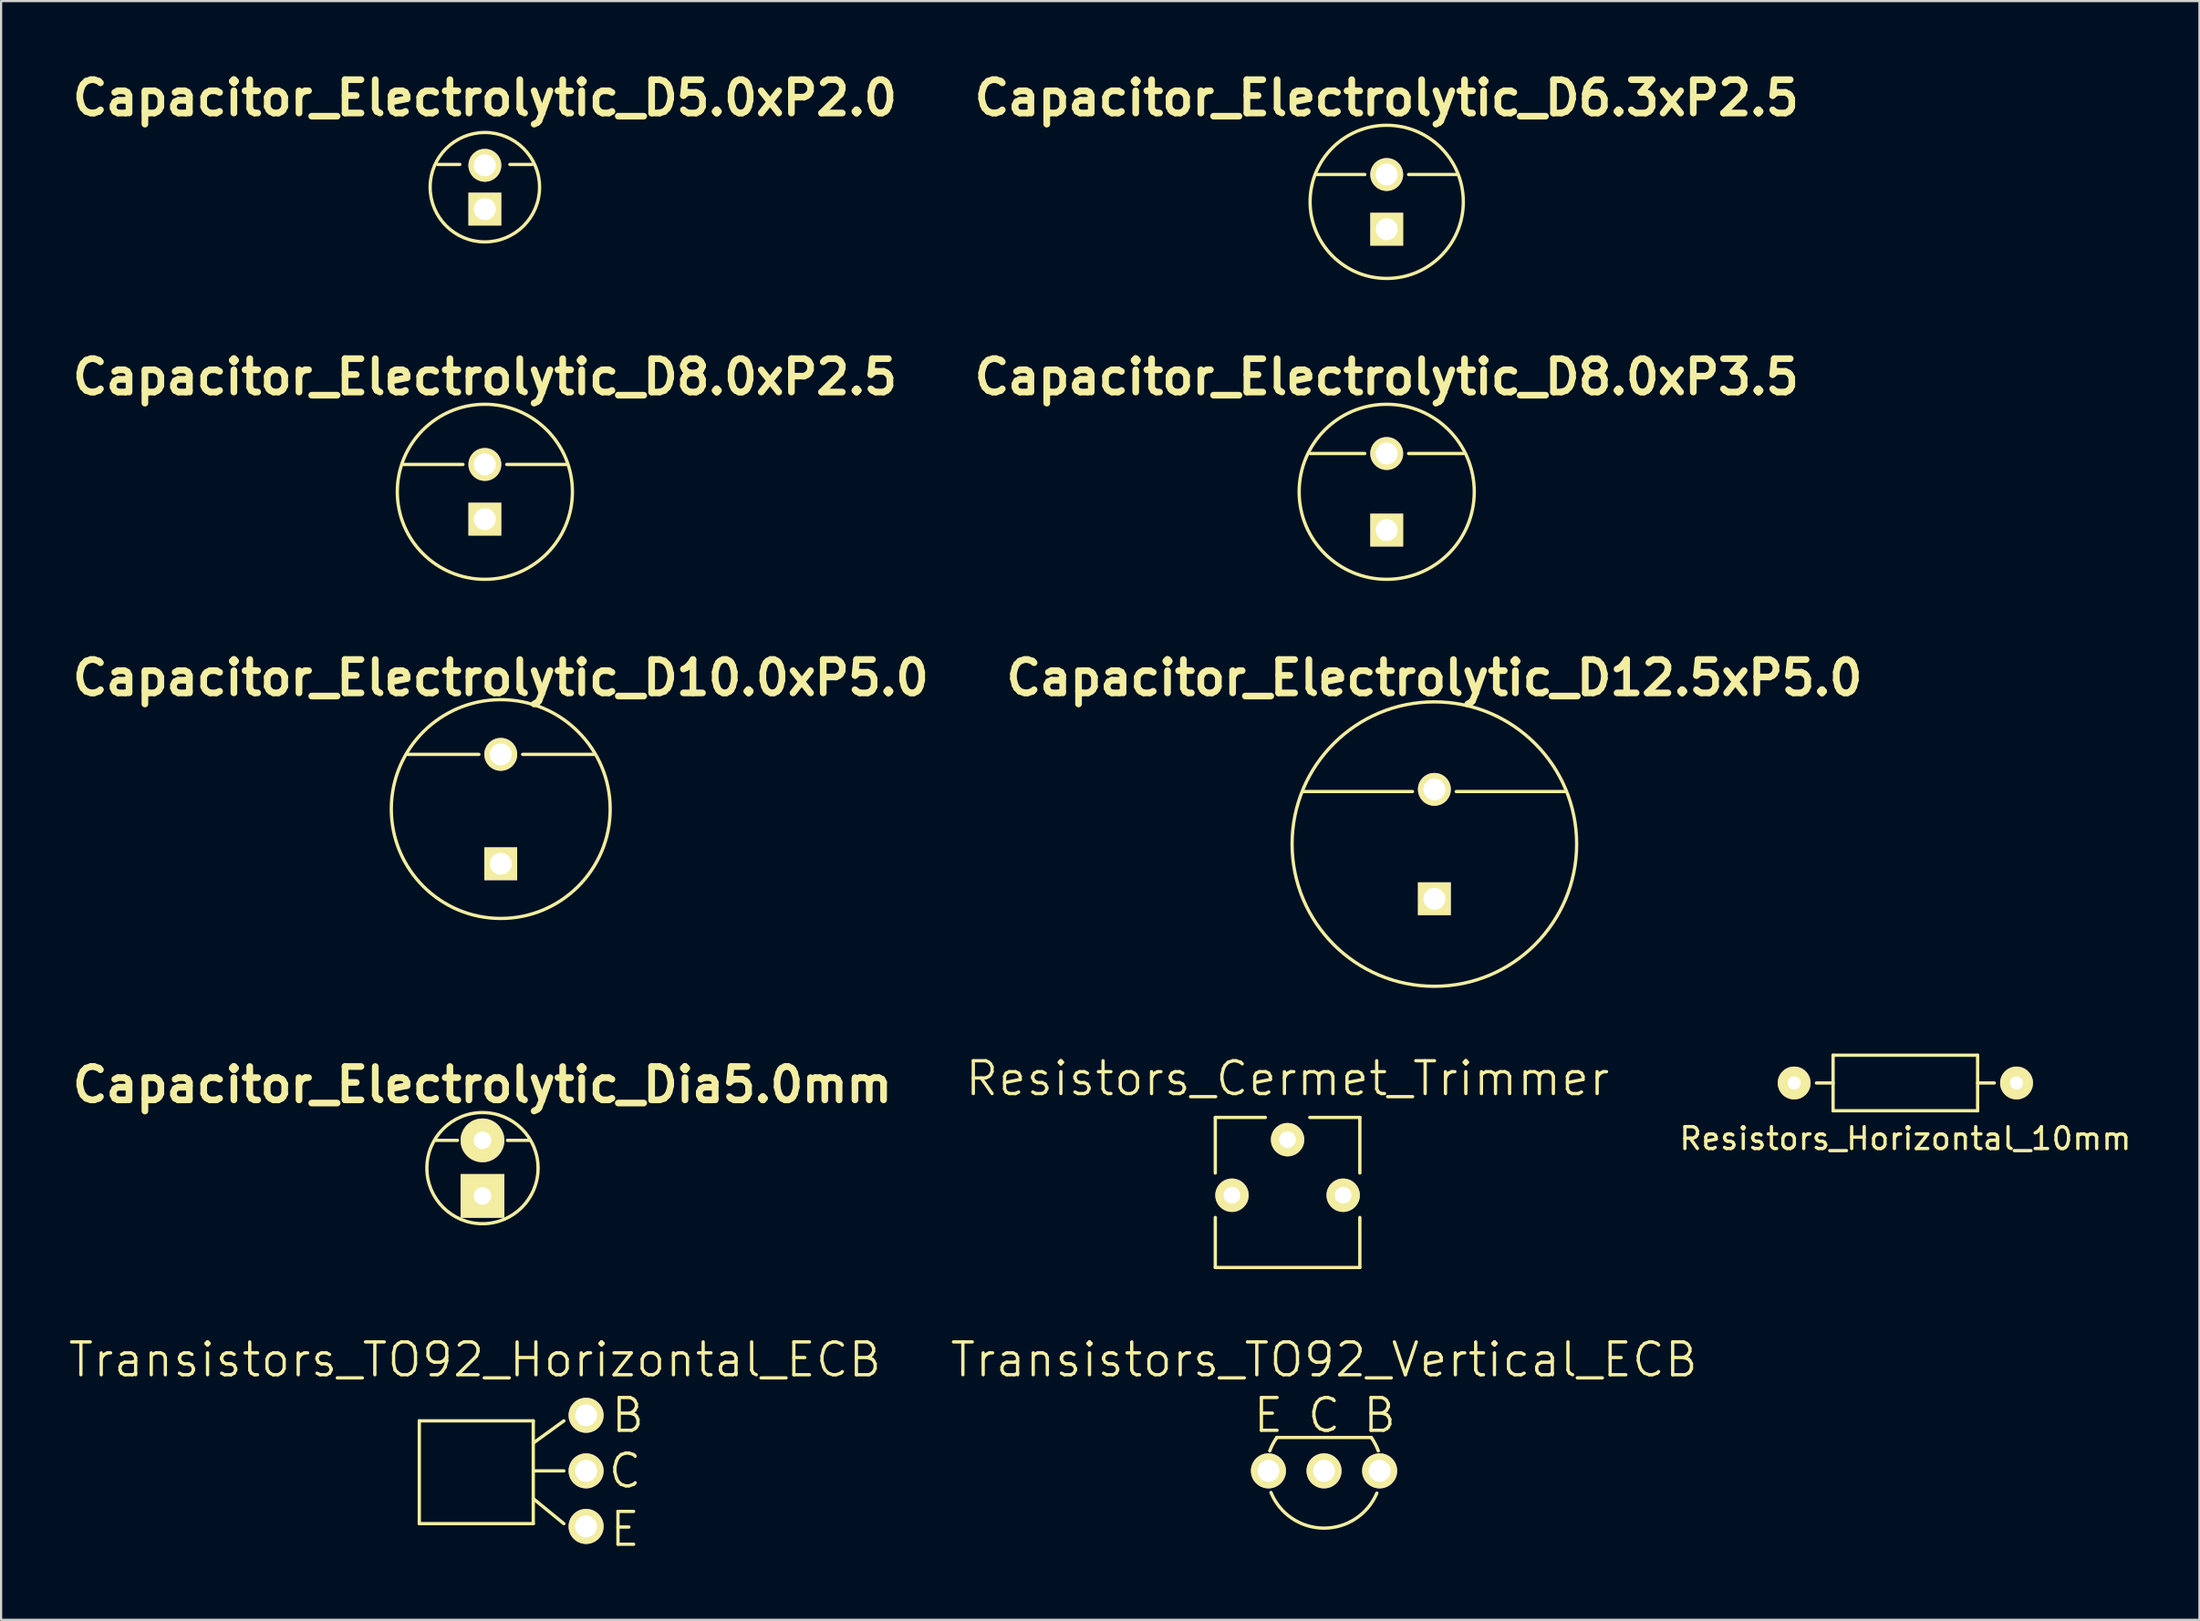
<source format=kicad_pcb>
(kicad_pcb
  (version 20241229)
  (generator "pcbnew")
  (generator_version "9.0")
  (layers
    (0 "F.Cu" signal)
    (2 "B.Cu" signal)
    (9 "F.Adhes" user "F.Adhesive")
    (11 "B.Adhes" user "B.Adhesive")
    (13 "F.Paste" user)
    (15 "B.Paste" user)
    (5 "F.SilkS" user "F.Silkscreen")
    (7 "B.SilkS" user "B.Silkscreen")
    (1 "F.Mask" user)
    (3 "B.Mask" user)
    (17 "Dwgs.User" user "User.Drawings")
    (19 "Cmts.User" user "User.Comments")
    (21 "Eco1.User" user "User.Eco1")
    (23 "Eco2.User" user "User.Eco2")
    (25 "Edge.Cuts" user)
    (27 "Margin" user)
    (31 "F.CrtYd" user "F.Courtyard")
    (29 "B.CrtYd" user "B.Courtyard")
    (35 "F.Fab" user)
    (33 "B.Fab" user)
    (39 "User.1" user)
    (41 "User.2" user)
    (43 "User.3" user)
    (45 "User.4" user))
  (footprint "Transistors_TO92_Vertical_ECB"
    (layer "F.Cu")
    (at 57.439 64.177)
    (property "Reference" "Transistors_TO92_Vertical_ECB" (at 0 -5.08 0) (layer "F.SilkS") (effects (font (size 1.5 1.5) (thickness 0.15))))
    (attr through_hole)
    (fp_line (start 2.159 -1.524) (end -2.159 -1.524) (stroke (width 0.15) (type solid)) (layer "F.SilkS"))
    (fp_arc (start -2.479874 -0.913281) (mid -2.339451 -1.229156) (end -2.159 -1.524) (stroke (width 0.15) (type solid)) (layer "F.SilkS"))
    (fp_arc (start 2.159 -1.524) (mid 2.339451 -1.229156) (end 2.479874 -0.913281) (stroke (width 0.15) (type solid)) (layer "F.SilkS"))
    (fp_arc (start 2.413 1.016) (mid -0.015247 2.618128) (end -2.424669 0.987828) (stroke (width 0.15) (type solid)) (layer "F.SilkS"))
    (fp_text user "B" (at 2.54 -2.54 0) (layer "F.SilkS") (effects (font (size 1.5 1.5) (thickness 0.15))))
    (fp_text user "E" (at -2.54 -2.54 0) (layer "F.SilkS") (effects (font (size 1.5 1.5) (thickness 0.15))))
    (fp_text user "C" (at 0 -2.54 0) (layer "F.SilkS") (effects (font (size 1.5 1.5) (thickness 0.15))))
    (pad "1" thru_hole circle (at -2.54 0) (size 1.6 1.6) (drill 1) (layers "*.Cu" "*.Mask" "F.SilkS"))
    (pad "2" thru_hole circle (at 2.54 0) (size 1.6 1.6) (drill 1) (layers "*.Cu" "*.Mask" "F.SilkS"))
    (pad "3" thru_hole circle (at 0 0) (size 1.6 1.6) (drill 1) (layers "*.Cu" "*.Mask" "F.SilkS")))
  (footprint "Capacitor_Electrolytic_D5.0xP2.0"
    (layer "F.Cu")
    (at 19.101 5.506)
    (property "Reference" "Capacitor_Electrolytic_D5.0xP2.0" (at 0 -4.08 0) (layer "F.SilkS") (effects (font (size 1.524 1.524) (thickness 0.305))))
    (attr through_hole)
    (fp_line (start -2.159 -1.04) (end -1.143 -1.04) (stroke (width 0.15) (type solid)) (layer "F.SilkS"))
    (fp_line (start 1.143 -1.04) (end 2.159 -1.04) (stroke (width 0.15) (type solid)) (layer "F.SilkS"))
    (fp_circle (center 0 0) (end 2.5 0) (stroke (width 0.15) (type solid)) (fill no) (layer "F.SilkS"))
    (pad "1" thru_hole rect (at 0 1) (size 1.5 1.5) (drill 1) (layers "*.Cu" "*.Mask" "F.SilkS"))
    (pad "2" thru_hole circle (at 0 -1) (size 1.5 1.5) (drill 1) (layers "*.Cu" "*.Mask" "F.SilkS")))
  (footprint "Resistors_Horizontal_10mm"
    (layer "F.Cu")
    (at 83.997 46.449)
    (property "Reference" "Resistors_Horizontal_10mm" (at 0 2.54 0) (layer "F.SilkS") (effects (font (size 1 1) (thickness 0.15))))
    (attr through_hole)
    (fp_line (start -3.302 -1.27) (end 3.302 -1.27) (stroke (width 0.15) (type solid)) (layer "F.SilkS"))
    (fp_line (start -3.302 0) (end -4.064 0) (stroke (width 0.15) (type solid)) (layer "F.SilkS"))
    (fp_line (start -3.302 1.27) (end -3.302 -1.27) (stroke (width 0.15) (type solid)) (layer "F.SilkS"))
    (fp_line (start 3.302 -1.27) (end 3.302 1.27) (stroke (width 0.15) (type solid)) (layer "F.SilkS"))
    (fp_line (start 3.302 0) (end 4.064 0) (stroke (width 0.15) (type solid)) (layer "F.SilkS"))
    (fp_line (start 3.302 1.27) (end -3.302 1.27) (stroke (width 0.15) (type solid)) (layer "F.SilkS"))
    (pad "1" thru_hole circle (at -5.08 0) (size 1.5 1.5) (drill 0.6) (layers "*.Cu" "*.Mask" "F.SilkS"))
    (pad "2" thru_hole circle (at 5.08 0) (size 1.5 1.5) (drill 0.6) (layers "*.Cu" "*.Mask" "F.SilkS")))
  (footprint "Capacitor_Electrolytic_Dia5.0mm"
    (layer "F.Cu")
    (at 18.992 51.611)
    (property "Reference" "Capacitor_Electrolytic_Dia5.0mm" (at 0 -5.08 0) (layer "F.SilkS") (effects (font (size 1.524 1.524) (thickness 0.305))))
    (attr through_hole)
    (fp_line (start -2.159 -2.54) (end -1.143 -2.54) (stroke (width 0.15) (type solid)) (layer "F.SilkS"))
    (fp_line (start 1.143 -2.54) (end 2.159 -2.54) (stroke (width 0.15) (type solid)) (layer "F.SilkS"))
    (fp_circle (center 0 -1.27) (end -2.54 -1.27) (stroke (width 0.15) (type solid)) (fill no) (layer "F.SilkS"))
    (pad "1" thru_hole rect (at 0 0) (size 1.999 1.999) (drill 0.8) (layers "*.Cu" "*.Mask" "F.SilkS"))
    (pad "2" thru_hole circle (at 0 -2.54) (size 1.999 1.999) (drill 0.8) (layers "*.Cu" "*.Mask" "F.SilkS")))
  (footprint "Resistors_Cermet_Trimmer"
    (layer "F.Cu")
    (at 55.773 49.039)
    (property "Reference" "Resistors_Cermet_Trimmer" (at 0 -2.794 0) (layer "F.SilkS") (effects (font (size 1.5 1.5) (thickness 0.15))))
    (attr through_hole)
    (fp_line (start -3.302 -1.016) (end -3.302 1.524) (stroke (width 0.15) (type solid)) (layer "F.SilkS"))
    (fp_line (start -3.302 3.556) (end -3.302 5.842) (stroke (width 0.15) (type solid)) (layer "F.SilkS"))
    (fp_line (start -3.302 5.842) (end 3.302 5.842) (stroke (width 0.15) (type solid)) (layer "F.SilkS"))
    (fp_line (start -1.016 -1.016) (end -3.302 -1.016) (stroke (width 0.15) (type solid)) (layer "F.SilkS"))
    (fp_line (start 1.016 -1.016) (end 3.302 -1.016) (stroke (width 0.15) (type solid)) (layer "F.SilkS"))
    (fp_line (start 3.302 -1.016) (end 3.302 1.524) (stroke (width 0.15) (type solid)) (layer "F.SilkS"))
    (fp_line (start 3.302 5.842) (end 3.302 3.556) (stroke (width 0.15) (type solid)) (layer "F.SilkS"))
    (pad "1" thru_hole circle (at 0 0) (size 1.524 1.524) (drill 0.762) (layers "*.Cu" "*.Mask" "F.SilkS"))
    (pad "2" thru_hole circle (at 2.54 2.54) (size 1.524 1.524) (drill 0.762) (layers "*.Cu" "*.Mask" "F.SilkS"))
    (pad "3" thru_hole circle (at -2.54 2.54) (size 1.524 1.524) (drill 0.762) (layers "*.Cu" "*.Mask" "F.SilkS")))
  (footprint "Transistors_TO92_Horizontal_ECB"
    (layer "F.Cu")
    (at 18.646 64.177)
    (property "Reference" "Transistors_TO92_Horizontal_ECB" (at 0 -5.08 0) (layer "F.SilkS") (effects (font (size 1.5 1.5) (thickness 0.15))))
    (attr through_hole)
    (fp_line (start -2.54 -2.286) (end -2.54 2.413) (stroke (width 0.15) (type solid)) (layer "F.SilkS"))
    (fp_line (start -2.54 2.413) (end 2.667 2.413) (stroke (width 0.15) (type solid)) (layer "F.SilkS"))
    (fp_line (start 2.667 -2.286) (end -2.54 -2.286) (stroke (width 0.15) (type solid)) (layer "F.SilkS"))
    (fp_line (start 2.667 -1.27) (end 4.064 -2.286) (stroke (width 0.15) (type solid)) (layer "F.SilkS"))
    (fp_line (start 2.667 0) (end 4.064 0) (stroke (width 0.15) (type solid)) (layer "F.SilkS"))
    (fp_line (start 2.667 1.27) (end 4.064 2.413) (stroke (width 0.15) (type solid)) (layer "F.SilkS"))
    (fp_line (start 2.667 2.413) (end 2.667 -2.286) (stroke (width 0.15) (type solid)) (layer "F.SilkS"))
    (fp_text user "B" (at 6.985 -2.54 0) (layer "F.SilkS") (effects (font (size 1.5 1.5) (thickness 0.15))))
    (fp_text user "E" (at 6.858 2.667 0) (layer "F.SilkS") (effects (font (size 1.5 1.5) (thickness 0.15))))
    (fp_text user "C" (at 6.858 0 0) (layer "F.SilkS") (effects (font (size 1.5 1.5) (thickness 0.15))))
    (pad "1" thru_hole circle (at 5.08 2.54) (size 1.6 1.6) (drill 1) (layers "*.Cu" "*.Mask" "F.SilkS"))
    (pad "2" thru_hole circle (at 5.08 -2.54) (size 1.6 1.6) (drill 1) (layers "*.Cu" "*.Mask" "F.SilkS"))
    (pad "3" thru_hole circle (at 5.08 0) (size 1.6 1.6) (drill 1) (layers "*.Cu" "*.Mask" "F.SilkS")))
  (footprint "Capacitor_Electrolytic_D12.5xP5.0"
    (layer "F.Cu")
    (at 62.48 35.529)
    (property "Reference" "Capacitor_Electrolytic_D12.5xP5.0" (at 0 -7.6 0) (layer "F.SilkS") (effects (font (size 1.524 1.524) (thickness 0.305))))
    (attr through_hole)
    (fp_line (start -1 -2.4) (end -6 -2.4) (stroke (width 0.15) (type solid)) (layer "F.SilkS"))
    (fp_line (start 6 -2.4) (end 1 -2.4) (stroke (width 0.15) (type solid)) (layer "F.SilkS"))
    (fp_circle (center 0 0) (end 6.5 0) (stroke (width 0.15) (type solid)) (fill no) (layer "F.SilkS"))
    (pad "1" thru_hole rect (at 0 2.5) (size 1.5 1.5) (drill 1) (layers "*.Cu" "*.Mask" "F.SilkS"))
    (pad "2" thru_hole circle (at 0 -2.5) (size 1.5 1.5) (drill 1) (layers "*.Cu" "*.Mask" "F.SilkS")))
  (footprint "Capacitor_Electrolytic_D8.0xP3.5"
    (layer "F.Cu")
    (at 60.302 19.428)
    (property "Reference" "Capacitor_Electrolytic_D8.0xP3.5" (at 0 -5.25 0) (layer "F.SilkS") (effects (font (size 1.524 1.524) (thickness 0.305))))
    (attr through_hole)
    (fp_line (start -1 -1.75) (end -3.5 -1.75) (stroke (width 0.15) (type solid)) (layer "F.SilkS"))
    (fp_line (start 1 -1.75) (end 3.5 -1.75) (stroke (width 0.15) (type solid)) (layer "F.SilkS"))
    (fp_circle (center 0 0) (end 4 0) (stroke (width 0.15) (type solid)) (fill no) (layer "F.SilkS"))
    (pad "1" thru_hole rect (at 0 1.75) (size 1.5 1.5) (drill 1) (layers "*.Cu" "*.Mask" "F.SilkS"))
    (pad "2" thru_hole circle (at 0 -1.75) (size 1.5 1.5) (drill 1) (layers "*.Cu" "*.Mask" "F.SilkS")))
  (footprint "Capacitor_Electrolytic_D8.0xP2.5"
    (layer "F.Cu")
    (at 19.101 19.428)
    (property "Reference" "Capacitor_Electrolytic_D8.0xP2.5" (at 0 -5.25 0) (layer "F.SilkS") (effects (font (size 1.524 1.524) (thickness 0.305))))
    (attr through_hole)
    (fp_line (start -1 -1.25) (end -3.75 -1.25) (stroke (width 0.15) (type solid)) (layer "F.SilkS"))
    (fp_line (start 1 -1.25) (end 3.75 -1.25) (stroke (width 0.15) (type solid)) (layer "F.SilkS"))
    (fp_circle (center 0 0) (end 4 0) (stroke (width 0.15) (type solid)) (fill no) (layer "F.SilkS"))
    (pad "1" thru_hole rect (at 0 1.25) (size 1.5 1.5) (drill 1) (layers "*.Cu" "*.Mask" "F.SilkS"))
    (pad "2" thru_hole circle (at 0 -1.25) (size 1.5 1.5) (drill 1) (layers "*.Cu" "*.Mask" "F.SilkS")))
  (footprint "Capacitor_Electrolytic_D10.0xP5.0"
    (layer "F.Cu")
    (at 19.827 33.929)
    (property "Reference" "Capacitor_Electrolytic_D10.0xP5.0" (at 0 -6 0) (layer "F.SilkS") (effects (font (size 1.524 1.524) (thickness 0.305))))
    (attr through_hole)
    (fp_line (start -1 -2.5) (end -4.25 -2.5) (stroke (width 0.15) (type solid)) (layer "F.SilkS"))
    (fp_line (start 1 -2.5) (end 4.25 -2.5) (stroke (width 0.15) (type solid)) (layer "F.SilkS"))
    (fp_circle (center 0 0) (end 5 0) (stroke (width 0.15) (type solid)) (fill no) (layer "F.SilkS"))
    (pad "1" thru_hole rect (at 0 2.5) (size 1.5 1.5) (drill 1) (layers "*.Cu" "*.Mask" "F.SilkS"))
    (pad "2" thru_hole circle (at 0 -2.5) (size 1.5 1.5) (drill 1) (layers "*.Cu" "*.Mask" "F.SilkS")))
  (footprint "Capacitor_Electrolytic_D6.3xP2.5"
    (layer "F.Cu")
    (at 60.302 6.176)
    (property "Reference" "Capacitor_Electrolytic_D6.3xP2.5" (at 0 -4.75 0) (layer "F.SilkS") (effects (font (size 1.524 1.524) (thickness 0.305))))
    (attr through_hole)
    (fp_line (start -1 -1.25) (end -3.25 -1.25) (stroke (width 0.15) (type solid)) (layer "F.SilkS"))
    (fp_line (start 1 -1.25) (end 3.25 -1.25) (stroke (width 0.15) (type solid)) (layer "F.SilkS"))
    (fp_circle (center 0 0) (end 3.5 0) (stroke (width 0.15) (type solid)) (fill no) (layer "F.SilkS"))
    (pad "1" thru_hole rect (at 0 1.25) (size 1.5 1.5) (drill 1) (layers "*.Cu" "*.Mask" "F.SilkS"))
    (pad "2" thru_hole circle (at 0 -1.25) (size 1.5 1.5) (drill 1) (layers "*.Cu" "*.Mask" "F.SilkS")))
  (gr_rect
    (start -3 -3)
    (end 97.432 70.985)
    (stroke (width 0.1) (type default))
    (fill no)
    (layer "Edge.Cuts")))
</source>
